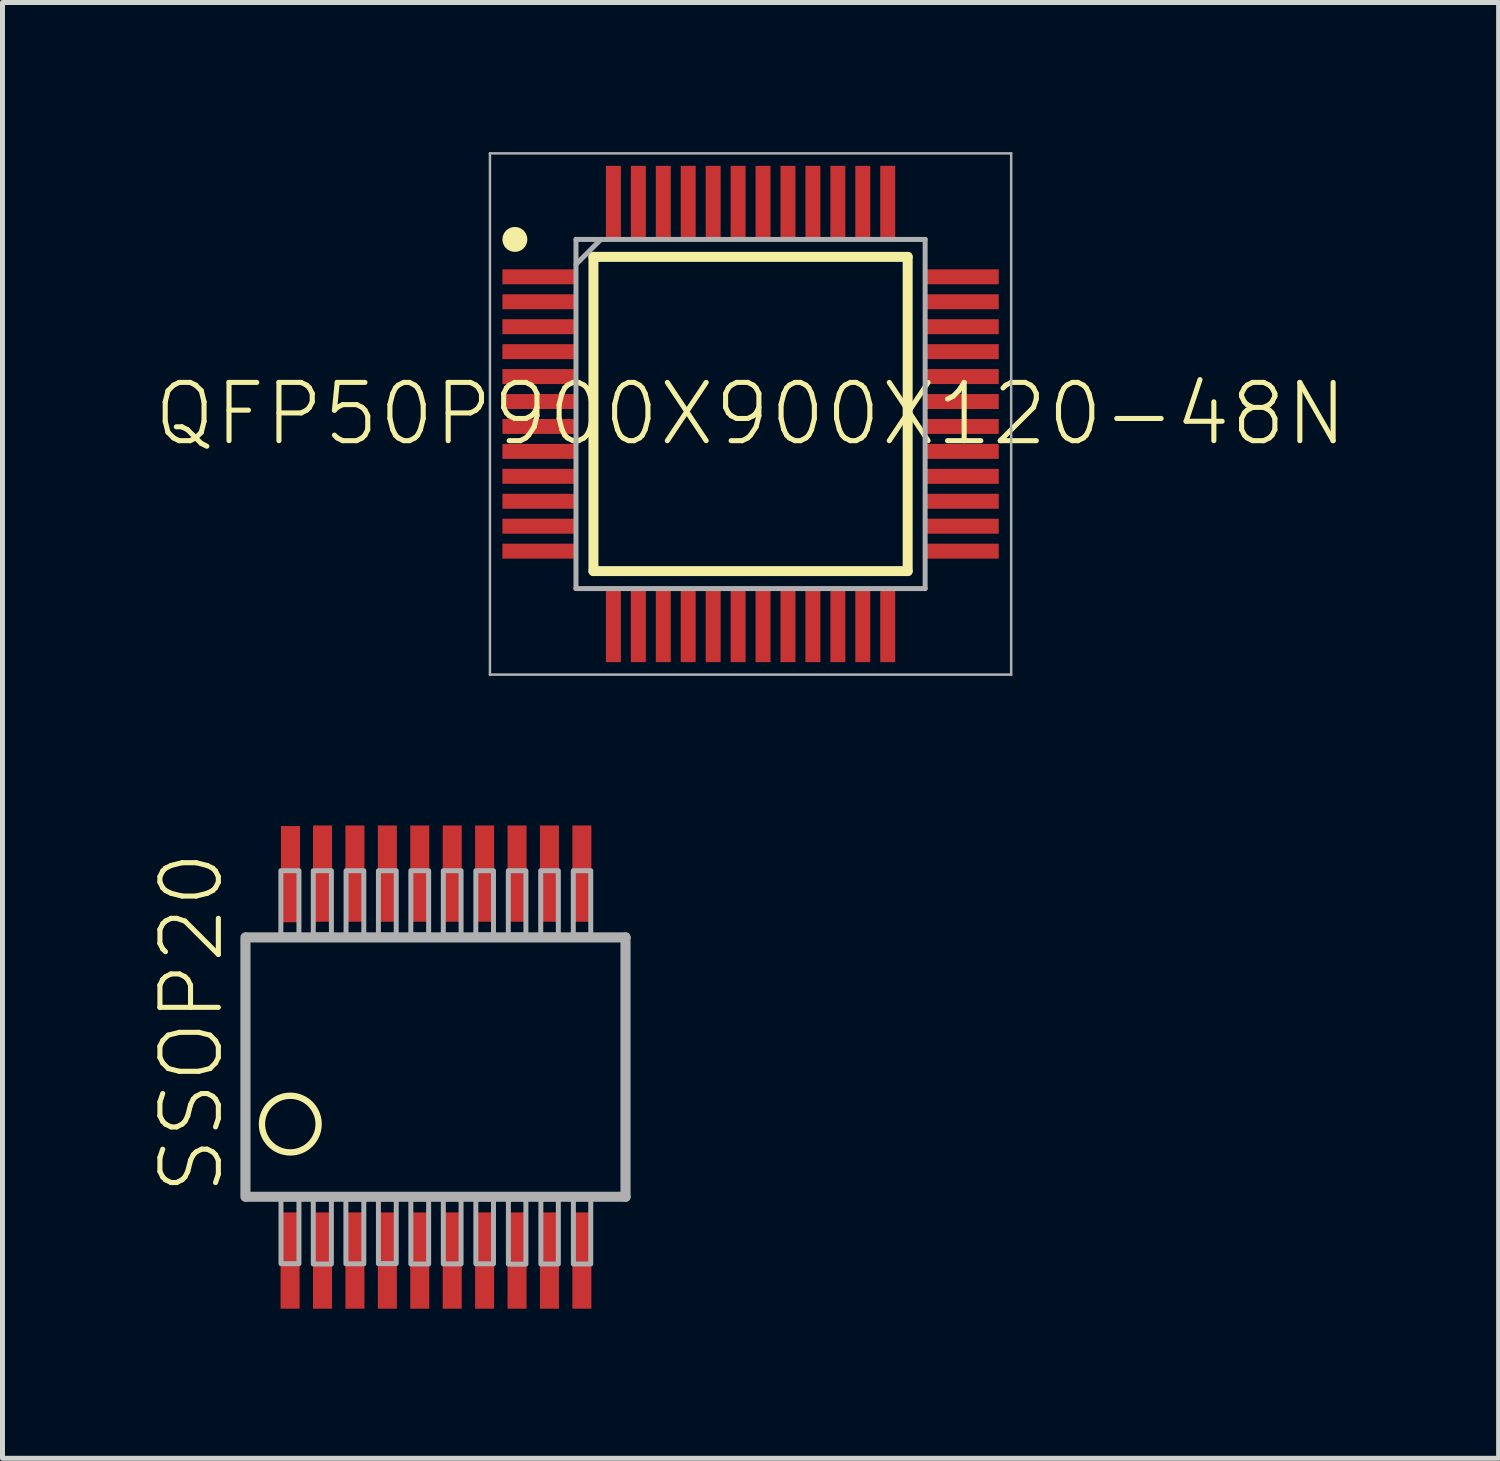
<source format=kicad_pcb>
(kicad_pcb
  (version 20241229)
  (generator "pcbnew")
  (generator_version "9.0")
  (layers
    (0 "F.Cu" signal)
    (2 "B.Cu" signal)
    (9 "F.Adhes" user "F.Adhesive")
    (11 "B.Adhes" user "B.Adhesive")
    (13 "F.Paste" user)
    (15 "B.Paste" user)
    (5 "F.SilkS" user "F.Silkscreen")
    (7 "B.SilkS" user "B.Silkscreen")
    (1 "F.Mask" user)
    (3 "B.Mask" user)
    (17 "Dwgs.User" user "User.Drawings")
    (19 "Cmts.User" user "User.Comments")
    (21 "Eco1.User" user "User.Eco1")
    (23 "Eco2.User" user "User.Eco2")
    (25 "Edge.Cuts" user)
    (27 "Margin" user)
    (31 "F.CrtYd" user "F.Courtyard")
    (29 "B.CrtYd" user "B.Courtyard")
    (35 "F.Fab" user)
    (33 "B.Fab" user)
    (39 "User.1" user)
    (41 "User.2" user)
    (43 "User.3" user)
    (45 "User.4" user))
  (footprint "QFP50P900X900X120-48N"
    (layer "F.Cu")
    (at 11.998 5.25)
    (property "Reference" "QFP50P900X900X120-48N" (at 0 0 0) (unlocked yes) (layer "F.SilkS") (effects (font (size 1.168 1.168) (thickness 0.102))))
    (fp_line (start -3.15 -3.15) (end 3.15 -3.15) (stroke (width 0.2) (type solid)) (layer "F.SilkS"))
    (fp_line (start -3.15 3.15) (end -3.15 -3.15) (stroke (width 0.2) (type solid)) (layer "F.SilkS"))
    (fp_line (start 3.15 -3.15) (end 3.15 3.15) (stroke (width 0.2) (type solid)) (layer "F.SilkS"))
    (fp_line (start 3.15 3.15) (end -3.15 3.15) (stroke (width 0.2) (type solid)) (layer "F.SilkS"))
    (fp_circle (center -4.725 -3.5) (end -4.6 -3.5) (stroke (width 0.25) (type solid)) (fill no) (layer "F.SilkS"))
    (fp_line (start -5.225 -5.225) (end 5.225 -5.225) (stroke (width 0.05) (type solid)) (layer "F.Fab"))
    (fp_line (start -5.225 5.225) (end -5.225 -5.225) (stroke (width 0.05) (type solid)) (layer "F.Fab"))
    (fp_line (start -3.5 -3.5) (end 3.5 -3.5) (stroke (width 0.1) (type solid)) (layer "F.Fab"))
    (fp_line (start -3.5 -3) (end -3 -3.5) (stroke (width 0.1) (type solid)) (layer "F.Fab"))
    (fp_line (start -3.5 3.5) (end -3.5 -3.5) (stroke (width 0.1) (type solid)) (layer "F.Fab"))
    (fp_line (start 3.5 -3.5) (end 3.5 3.5) (stroke (width 0.1) (type solid)) (layer "F.Fab"))
    (fp_line (start 3.5 3.5) (end -3.5 3.5) (stroke (width 0.1) (type solid)) (layer "F.Fab"))
    (fp_line (start 5.225 -5.225) (end 5.225 5.225) (stroke (width 0.05) (type solid)) (layer "F.Fab"))
    (fp_line (start 5.225 5.225) (end -5.225 5.225) (stroke (width 0.05) (type solid)) (layer "F.Fab"))
    (pad "1" smd rect (at -4.238 -2.75) (size 1.475 0.3) (layers "F.Cu" "F.Mask" "F.Paste"))
    (pad "2" smd rect (at -4.238 -2.25) (size 1.475 0.3) (layers "F.Cu" "F.Mask" "F.Paste"))
    (pad "3" smd rect (at -4.238 -1.75) (size 1.475 0.3) (layers "F.Cu" "F.Mask" "F.Paste"))
    (pad "4" smd rect (at -4.238 -1.25) (size 1.475 0.3) (layers "F.Cu" "F.Mask" "F.Paste"))
    (pad "5" smd rect (at -4.238 -0.75) (size 1.475 0.3) (layers "F.Cu" "F.Mask" "F.Paste"))
    (pad "6" smd rect (at -4.238 -0.25) (size 1.475 0.3) (layers "F.Cu" "F.Mask" "F.Paste"))
    (pad "7" smd rect (at -4.238 0.25) (size 1.475 0.3) (layers "F.Cu" "F.Mask" "F.Paste"))
    (pad "8" smd rect (at -4.238 0.75) (size 1.475 0.3) (layers "F.Cu" "F.Mask" "F.Paste"))
    (pad "9" smd rect (at -4.238 1.25) (size 1.475 0.3) (layers "F.Cu" "F.Mask" "F.Paste"))
    (pad "10" smd rect (at -4.238 1.75) (size 1.475 0.3) (layers "F.Cu" "F.Mask" "F.Paste"))
    (pad "11" smd rect (at -4.238 2.25) (size 1.475 0.3) (layers "F.Cu" "F.Mask" "F.Paste"))
    (pad "12" smd rect (at -4.238 2.75) (size 1.475 0.3) (layers "F.Cu" "F.Mask" "F.Paste"))
    (pad "13" smd rect (at -2.75 4.238 90) (size 1.475 0.3) (layers "F.Cu" "F.Mask" "F.Paste"))
    (pad "14" smd rect (at -2.25 4.238 90) (size 1.475 0.3) (layers "F.Cu" "F.Mask" "F.Paste"))
    (pad "15" smd rect (at -1.75 4.238 90) (size 1.475 0.3) (layers "F.Cu" "F.Mask" "F.Paste"))
    (pad "16" smd rect (at -1.25 4.238 90) (size 1.475 0.3) (layers "F.Cu" "F.Mask" "F.Paste"))
    (pad "17" smd rect (at -0.75 4.238 90) (size 1.475 0.3) (layers "F.Cu" "F.Mask" "F.Paste"))
    (pad "18" smd rect (at -0.25 4.238 90) (size 1.475 0.3) (layers "F.Cu" "F.Mask" "F.Paste"))
    (pad "19" smd rect (at 0.25 4.238 90) (size 1.475 0.3) (layers "F.Cu" "F.Mask" "F.Paste"))
    (pad "20" smd rect (at 0.75 4.238 90) (size 1.475 0.3) (layers "F.Cu" "F.Mask" "F.Paste"))
    (pad "21" smd rect (at 1.25 4.238 90) (size 1.475 0.3) (layers "F.Cu" "F.Mask" "F.Paste"))
    (pad "22" smd rect (at 1.75 4.238 90) (size 1.475 0.3) (layers "F.Cu" "F.Mask" "F.Paste"))
    (pad "23" smd rect (at 2.25 4.238 90) (size 1.475 0.3) (layers "F.Cu" "F.Mask" "F.Paste"))
    (pad "24" smd rect (at 2.75 4.238 90) (size 1.475 0.3) (layers "F.Cu" "F.Mask" "F.Paste"))
    (pad "25" smd rect (at 4.238 2.75) (size 1.475 0.3) (layers "F.Cu" "F.Mask" "F.Paste"))
    (pad "26" smd rect (at 4.238 2.25) (size 1.475 0.3) (layers "F.Cu" "F.Mask" "F.Paste"))
    (pad "27" smd rect (at 4.238 1.75) (size 1.475 0.3) (layers "F.Cu" "F.Mask" "F.Paste"))
    (pad "28" smd rect (at 4.238 1.25) (size 1.475 0.3) (layers "F.Cu" "F.Mask" "F.Paste"))
    (pad "29" smd rect (at 4.238 0.75) (size 1.475 0.3) (layers "F.Cu" "F.Mask" "F.Paste"))
    (pad "30" smd rect (at 4.238 0.25) (size 1.475 0.3) (layers "F.Cu" "F.Mask" "F.Paste"))
    (pad "31" smd rect (at 4.238 -0.25) (size 1.475 0.3) (layers "F.Cu" "F.Mask" "F.Paste"))
    (pad "32" smd rect (at 4.238 -0.75) (size 1.475 0.3) (layers "F.Cu" "F.Mask" "F.Paste"))
    (pad "33" smd rect (at 4.238 -1.25) (size 1.475 0.3) (layers "F.Cu" "F.Mask" "F.Paste"))
    (pad "34" smd rect (at 4.238 -1.75) (size 1.475 0.3) (layers "F.Cu" "F.Mask" "F.Paste"))
    (pad "35" smd rect (at 4.238 -2.25) (size 1.475 0.3) (layers "F.Cu" "F.Mask" "F.Paste"))
    (pad "36" smd rect (at 4.238 -2.75) (size 1.475 0.3) (layers "F.Cu" "F.Mask" "F.Paste"))
    (pad "37" smd rect (at 2.75 -4.238 90) (size 1.475 0.3) (layers "F.Cu" "F.Mask" "F.Paste"))
    (pad "38" smd rect (at 2.25 -4.238 90) (size 1.475 0.3) (layers "F.Cu" "F.Mask" "F.Paste"))
    (pad "39" smd rect (at 1.75 -4.238 90) (size 1.475 0.3) (layers "F.Cu" "F.Mask" "F.Paste"))
    (pad "40" smd rect (at 1.25 -4.238 90) (size 1.475 0.3) (layers "F.Cu" "F.Mask" "F.Paste"))
    (pad "41" smd rect (at 0.75 -4.238 90) (size 1.475 0.3) (layers "F.Cu" "F.Mask" "F.Paste"))
    (pad "42" smd rect (at 0.25 -4.238 90) (size 1.475 0.3) (layers "F.Cu" "F.Mask" "F.Paste"))
    (pad "43" smd rect (at -0.25 -4.238 90) (size 1.475 0.3) (layers "F.Cu" "F.Mask" "F.Paste"))
    (pad "44" smd rect (at -0.75 -4.238 90) (size 1.475 0.3) (layers "F.Cu" "F.Mask" "F.Paste"))
    (pad "45" smd rect (at -1.25 -4.238 90) (size 1.475 0.3) (layers "F.Cu" "F.Mask" "F.Paste"))
    (pad "46" smd rect (at -1.75 -4.238 90) (size 1.475 0.3) (layers "F.Cu" "F.Mask" "F.Paste"))
    (pad "47" smd rect (at -2.25 -4.238 90) (size 1.475 0.3) (layers "F.Cu" "F.Mask" "F.Paste"))
    (pad "48" smd rect (at -2.75 -4.238 90) (size 1.475 0.3) (layers "F.Cu" "F.Mask" "F.Paste")))
  (footprint "SSOP20"
    (layer "F.Cu")
    (at 5.691 18.344)
    (property "Reference" "SSOP20" (at -4.215 2.605 90) (unlocked yes) (layer "F.SilkS") (effects (font (size 1.171 1.171) (thickness 0.102)) (justify left bottom)))
    (fp_circle (center -2.921 1.143) (end -2.353 1.143) (stroke (width 0.127) (type solid)) (fill no) (layer "F.SilkS"))
    (fp_line (start -3.82 2.6) (end -3.82 -2.6) (stroke (width 0.203) (type solid)) (layer "F.Fab"))
    (fp_line (start -3.8 2.6) (end 3.8 2.6) (stroke (width 0.203) (type solid)) (layer "F.Fab"))
    (fp_line (start 3.8 -2.6) (end -3.8 -2.6) (stroke (width 0.203) (type solid)) (layer "F.Fab"))
    (fp_line (start 3.8 2.6) (end 3.8 -2.6) (stroke (width 0.203) (type solid)) (layer "F.Fab"))
    (fp_poly (pts (xy -3.11 -2.648) (xy -2.747 -2.648) (xy -2.747 -3.937) (xy -3.11 -3.937)) (stroke (width 0.1) (type default)) (fill no) (layer "F.Fab"))
    (fp_poly (pts (xy -3.107 3.942) (xy -2.747 3.942) (xy -2.747 2.642) (xy -3.107 2.642)) (stroke (width 0.1) (type default)) (fill no) (layer "F.Fab"))
    (fp_poly (pts (xy -2.46 3.949) (xy -2.097 3.949) (xy -2.097 2.642) (xy -2.46 2.642)) (stroke (width 0.1) (type default)) (fill no) (layer "F.Fab"))
    (fp_poly (pts (xy -2.46 -2.649) (xy -2.097 -2.649) (xy -2.097 -3.937) (xy -2.46 -3.937)) (stroke (width 0.1) (type default)) (fill no) (layer "F.Fab"))
    (fp_poly (pts (xy -1.806 3.944) (xy -1.447 3.944) (xy -1.447 2.642) (xy -1.806 2.642)) (stroke (width 0.1) (type default)) (fill no) (layer "F.Fab"))
    (fp_poly (pts (xy -1.803 -2.643) (xy -1.447 -2.643) (xy -1.447 -3.937) (xy -1.803 -3.937)) (stroke (width 0.1) (type default)) (fill no) (layer "F.Fab"))
    (fp_poly (pts (xy -1.154 -2.645) (xy -0.797 -2.645) (xy -0.797 -3.937) (xy -1.154 -3.937)) (stroke (width 0.1) (type default)) (fill no) (layer "F.Fab"))
    (fp_poly (pts (xy -1.154 3.941) (xy -0.797 3.941) (xy -0.797 2.642) (xy -1.154 2.642)) (stroke (width 0.1) (type default)) (fill no) (layer "F.Fab"))
    (fp_poly (pts (xy -0.504 3.948) (xy -0.147 3.948) (xy -0.147 2.642) (xy -0.504 2.642)) (stroke (width 0.1) (type default)) (fill no) (layer "F.Fab"))
    (fp_poly (pts (xy -0.504 -2.648) (xy -0.147 -2.648) (xy -0.147 -3.937) (xy -0.504 -3.937)) (stroke (width 0.1) (type default)) (fill no) (layer "F.Fab"))
    (fp_poly (pts (xy 0.147 -2.644) (xy 0.503 -2.644) (xy 0.503 -3.937) (xy 0.147 -3.937)) (stroke (width 0.1) (type default)) (fill no) (layer "F.Fab"))
    (fp_poly (pts (xy 0.147 3.946) (xy 0.503 3.946) (xy 0.503 2.642) (xy 0.147 2.642)) (stroke (width 0.1) (type default)) (fill no) (layer "F.Fab"))
    (fp_poly (pts (xy 0.799 3.944) (xy 1.153 3.944) (xy 1.153 2.642) (xy 0.799 2.642)) (stroke (width 0.1) (type default)) (fill no) (layer "F.Fab"))
    (fp_poly (pts (xy 0.799 -2.647) (xy 1.153 -2.647) (xy 1.153 -3.937) (xy 0.799 -3.937)) (stroke (width 0.1) (type default)) (fill no) (layer "F.Fab"))
    (fp_poly (pts (xy 1.45 -2.648) (xy 1.803 -2.648) (xy 1.803 -3.937) (xy 1.45 -3.937)) (stroke (width 0.1) (type default)) (fill no) (layer "F.Fab"))
    (fp_poly (pts (xy 1.452 3.951) (xy 1.803 3.951) (xy 1.803 2.642) (xy 1.452 2.642)) (stroke (width 0.1) (type default)) (fill no) (layer "F.Fab"))
    (fp_poly (pts (xy 2.1 -2.646) (xy 2.453 -2.646) (xy 2.453 -3.937) (xy 2.1 -3.937)) (stroke (width 0.1) (type default)) (fill no) (layer "F.Fab"))
    (fp_poly (pts (xy 2.103 3.948) (xy 2.453 3.948) (xy 2.453 2.642) (xy 2.103 2.642)) (stroke (width 0.1) (type default)) (fill no) (layer "F.Fab"))
    (fp_poly (pts (xy 2.753 -2.647) (xy 3.103 -2.647) (xy 3.103 -3.937) (xy 2.753 -3.937)) (stroke (width 0.1) (type default)) (fill no) (layer "F.Fab"))
    (fp_poly (pts (xy 2.755 3.948) (xy 3.103 3.948) (xy 3.103 2.642) (xy 2.755 2.642)) (stroke (width 0.1) (type default)) (fill no) (layer "F.Fab"))
    (pad "CH_L" smd rect (at 2.925 -3.879) (size 0.381 1.93) (layers "F.Cu" "F.Mask" "F.Paste"))
    (pad "EN_L" smd rect (at -2.925 3.879) (size 0.381 1.93) (layers "F.Cu" "F.Mask" "F.Paste"))
    (pad "GND" smd rect (at 2.925 3.879) (size 0.381 1.93) (layers "F.Cu" "F.Mask" "F.Paste"))
    (pad "IN1" smd rect (at -2.275 3.879) (size 0.381 1.93) (layers "F.Cu" "F.Mask" "F.Paste"))
    (pad "IN2" smd rect (at -1.625 3.879) (size 0.381 1.93) (layers "F.Cu" "F.Mask" "F.Paste"))
    (pad "IN3" smd rect (at -0.975 3.879) (size 0.381 1.93) (layers "F.Cu" "F.Mask" "F.Paste"))
    (pad "IN4" smd rect (at -0.325 3.879) (size 0.381 1.93) (layers "F.Cu" "F.Mask" "F.Paste"))
    (pad "IN5" smd rect (at 0.325 3.879) (size 0.381 1.93) (layers "F.Cu" "F.Mask" "F.Paste"))
    (pad "IN6" smd rect (at 0.975 3.879) (size 0.381 1.93) (layers "F.Cu" "F.Mask" "F.Paste"))
    (pad "IN7" smd rect (at 1.625 3.879) (size 0.381 1.93) (layers "F.Cu" "F.Mask" "F.Paste"))
    (pad "IN8" smd rect (at 2.275 3.879) (size 0.381 1.93) (layers "F.Cu" "F.Mask" "F.Paste"))
    (pad "OUT1" smd rect (at -2.275 -3.879) (size 0.381 1.93) (layers "F.Cu" "F.Mask" "F.Paste"))
    (pad "OUT2" smd rect (at -1.625 -3.879) (size 0.381 1.93) (layers "F.Cu" "F.Mask" "F.Paste"))
    (pad "OUT3" smd rect (at -0.975 -3.879) (size 0.381 1.93) (layers "F.Cu" "F.Mask" "F.Paste"))
    (pad "OUT4" smd rect (at -0.325 -3.879) (size 0.381 1.93) (layers "F.Cu" "F.Mask" "F.Paste"))
    (pad "OUT5" smd rect (at 0.325 -3.879) (size 0.381 1.93) (layers "F.Cu" "F.Mask" "F.Paste"))
    (pad "OUT6" smd rect (at 0.975 -3.879) (size 0.381 1.93) (layers "F.Cu" "F.Mask" "F.Paste"))
    (pad "OUT7" smd rect (at 1.625 -3.879) (size 0.381 1.93) (layers "F.Cu" "F.Mask" "F.Paste"))
    (pad "OUT8" smd rect (at 2.275 -3.879) (size 0.381 1.93) (layers "F.Cu" "F.Mask" "F.Paste"))
    (pad "VCC" smd rect (at -2.917 -3.868 180) (size 0.381 1.93) (layers "F.Cu" "F.Mask" "F.Paste")))
  (gr_rect
    (start -3 -3)
    (end 26.996 26.188)
    (stroke (width 0.1) (type default))
    (fill no)
    (layer "Edge.Cuts")))
</source>
